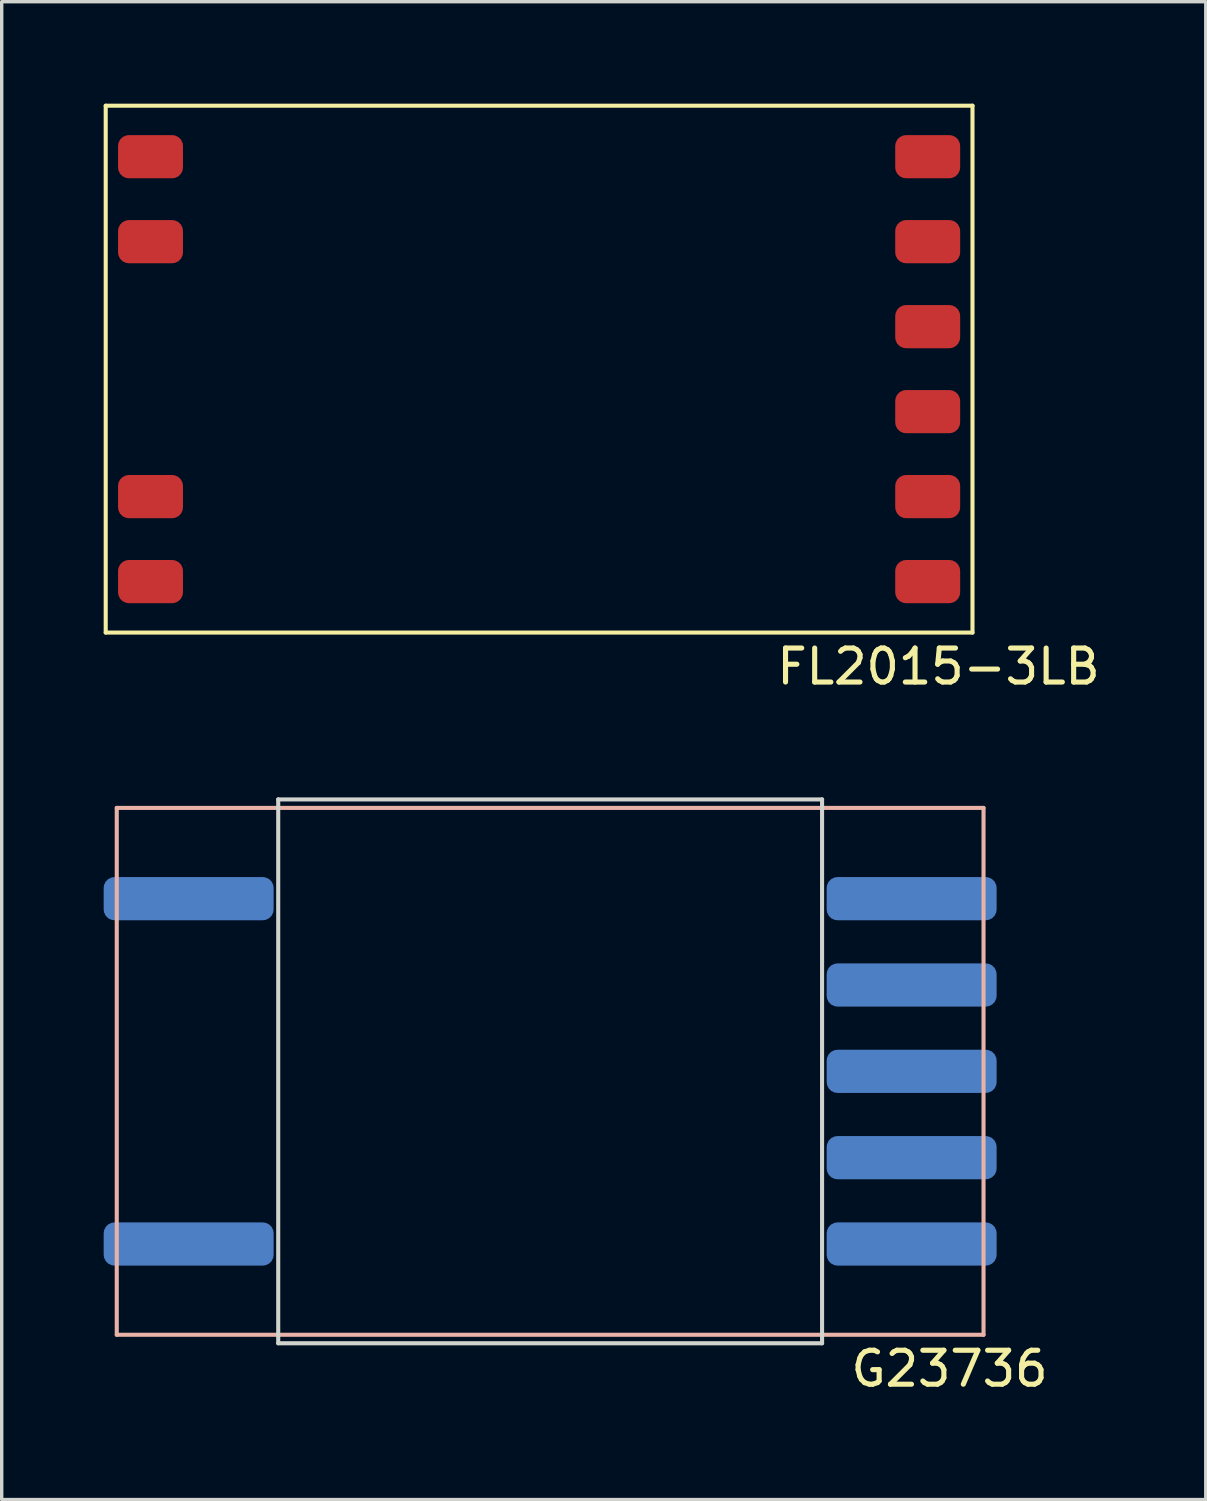
<source format=kicad_pcb>
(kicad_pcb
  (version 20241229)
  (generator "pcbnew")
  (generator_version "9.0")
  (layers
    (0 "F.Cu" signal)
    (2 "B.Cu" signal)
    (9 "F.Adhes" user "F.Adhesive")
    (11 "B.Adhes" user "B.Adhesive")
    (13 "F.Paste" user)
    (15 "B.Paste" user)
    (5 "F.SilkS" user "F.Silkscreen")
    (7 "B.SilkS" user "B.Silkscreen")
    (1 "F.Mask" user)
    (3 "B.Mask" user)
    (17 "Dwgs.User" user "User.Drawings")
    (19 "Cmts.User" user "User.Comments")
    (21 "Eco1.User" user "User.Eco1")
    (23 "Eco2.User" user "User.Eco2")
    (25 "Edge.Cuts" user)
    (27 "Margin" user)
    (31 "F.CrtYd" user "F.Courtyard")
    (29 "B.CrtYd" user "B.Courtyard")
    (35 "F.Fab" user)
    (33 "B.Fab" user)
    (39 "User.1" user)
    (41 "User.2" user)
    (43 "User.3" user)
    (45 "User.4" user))
  (footprint "G23736"
    (layer "F.Cu")
    (at 13.135 28.468)
    (property "Reference" "G23736" (at 11.75 8.75 0) (layer "F.SilkS") (effects (font (size 1 1) (thickness 0.15))))
    (attr through_hole)
    (fp_line (start -12.75 7.75) (end -12.75 -7.75) (stroke (width 0.12) (type solid)) (layer "B.SilkS"))
    (fp_line (start -12.75 7.75) (end 12.75 7.75) (stroke (width 0.12) (type solid)) (layer "B.SilkS"))
    (fp_line (start 12.75 -7.75) (end -12.75 -7.75) (stroke (width 0.12) (type solid)) (layer "B.SilkS"))
    (fp_line (start 12.75 -7.75) (end 12.75 7.75) (stroke (width 0.12) (type solid)) (layer "B.SilkS"))
    (fp_line (start -8 -8) (end -8 8) (stroke (width 0.12) (type solid)) (layer "Edge.Cuts"))
    (fp_line (start -8 8) (end 8 8) (stroke (width 0.12) (type solid)) (layer "Edge.Cuts"))
    (fp_line (start 8 -8) (end -8 -8) (stroke (width 0.12) (type solid)) (layer "Edge.Cuts"))
    (fp_line (start 8 8) (end 8 -8) (stroke (width 0.12) (type solid)) (layer "Edge.Cuts"))
    (pad "1" smd roundrect (at 10.635 2.54) (size 5 1.27) (layers "B.Cu" "B.Mask" "B.Paste") (roundrect_rratio 0.25))
    (pad "2" smd roundrect (at 10.635 -5.08) (size 5 1.27) (layers "B.Cu" "B.Mask" "B.Paste") (roundrect_rratio 0.25))
    (pad "3" smd roundrect (at 10.635 0) (size 5 1.27) (layers "B.Cu" "B.Mask" "B.Paste") (roundrect_rratio 0.25))
    (pad "4" smd roundrect (at 10.635 5.08) (size 5 1.27) (layers "B.Cu" "B.Mask" "B.Paste") (roundrect_rratio 0.25))
    (pad "5" smd roundrect (at 10.635 -2.54) (size 5 1.27) (layers "B.Cu" "B.Mask" "B.Paste") (roundrect_rratio 0.25))
    (pad "8" smd roundrect (at -10.635 -5.08) (size 5 1.27) (layers "B.Cu" "B.Mask" "B.Paste") (roundrect_rratio 0.25))
    (pad "9" smd roundrect (at -10.635 5.08) (size 5 1.27) (layers "B.Cu" "B.Mask" "B.Paste") (roundrect_rratio 0.25)))
  (footprint "FL2015-3LB"
    (layer "F.Cu")
    (at 12.81 7.81)
    (property "Reference" "FL2015-3LB" (at 11.75 8.75 0) (layer "F.SilkS") (effects (font (size 1 1) (thickness 0.15))))
    (attr through_hole)
    (fp_line (start -12.75 7.75) (end -12.75 -7.75) (stroke (width 0.12) (type solid)) (layer "F.SilkS"))
    (fp_line (start -12.75 7.75) (end 12.75 7.75) (stroke (width 0.12) (type solid)) (layer "F.SilkS"))
    (fp_line (start 12.75 -7.75) (end -12.75 -7.75) (stroke (width 0.12) (type solid)) (layer "F.SilkS"))
    (fp_line (start 12.75 -7.75) (end 12.75 7.75) (stroke (width 0.12) (type solid)) (layer "F.SilkS"))
    (pad "1" smd roundrect (at 11.432 6.25) (size 1.91 1.27) (layers "F.Cu" "F.Mask" "F.Paste") (roundrect_rratio 0.25))
    (pad "2" smd roundrect (at 11.432 3.75) (size 1.91 1.27) (layers "F.Cu" "F.Mask" "F.Paste") (roundrect_rratio 0.25))
    (pad "3" smd roundrect (at 11.432 1.25) (size 1.91 1.27) (layers "F.Cu" "F.Mask" "F.Paste") (roundrect_rratio 0.25))
    (pad "4" smd roundrect (at 11.432 -1.25) (size 1.91 1.27) (layers "F.Cu" "F.Mask" "F.Paste") (roundrect_rratio 0.25))
    (pad "5" smd roundrect (at 11.432 -3.75) (size 1.91 1.27) (layers "F.Cu" "F.Mask" "F.Paste") (roundrect_rratio 0.25))
    (pad "6" smd roundrect (at 11.432 -6.25) (size 1.91 1.27) (layers "F.Cu" "F.Mask" "F.Paste") (roundrect_rratio 0.25))
    (pad "7" smd roundrect (at -11.432 -6.25) (size 1.91 1.27) (layers "F.Cu" "F.Mask" "F.Paste") (roundrect_rratio 0.25))
    (pad "8" smd roundrect (at -11.432 -3.75) (size 1.91 1.27) (layers "F.Cu" "F.Mask" "F.Paste") (roundrect_rratio 0.25))
    (pad "9" smd roundrect (at -11.432 3.75) (size 1.91 1.27) (layers "F.Cu" "F.Mask" "F.Paste") (roundrect_rratio 0.25))
    (pad "10" smd roundrect (at -11.432 6.25) (size 1.91 1.27) (layers "F.Cu" "F.Mask" "F.Paste") (roundrect_rratio 0.25)))
  (gr_rect
    (start -3 -3)
    (end 32.423 41.066)
    (stroke (width 0.1) (type default))
    (fill no)
    (layer "Edge.Cuts")))
</source>
